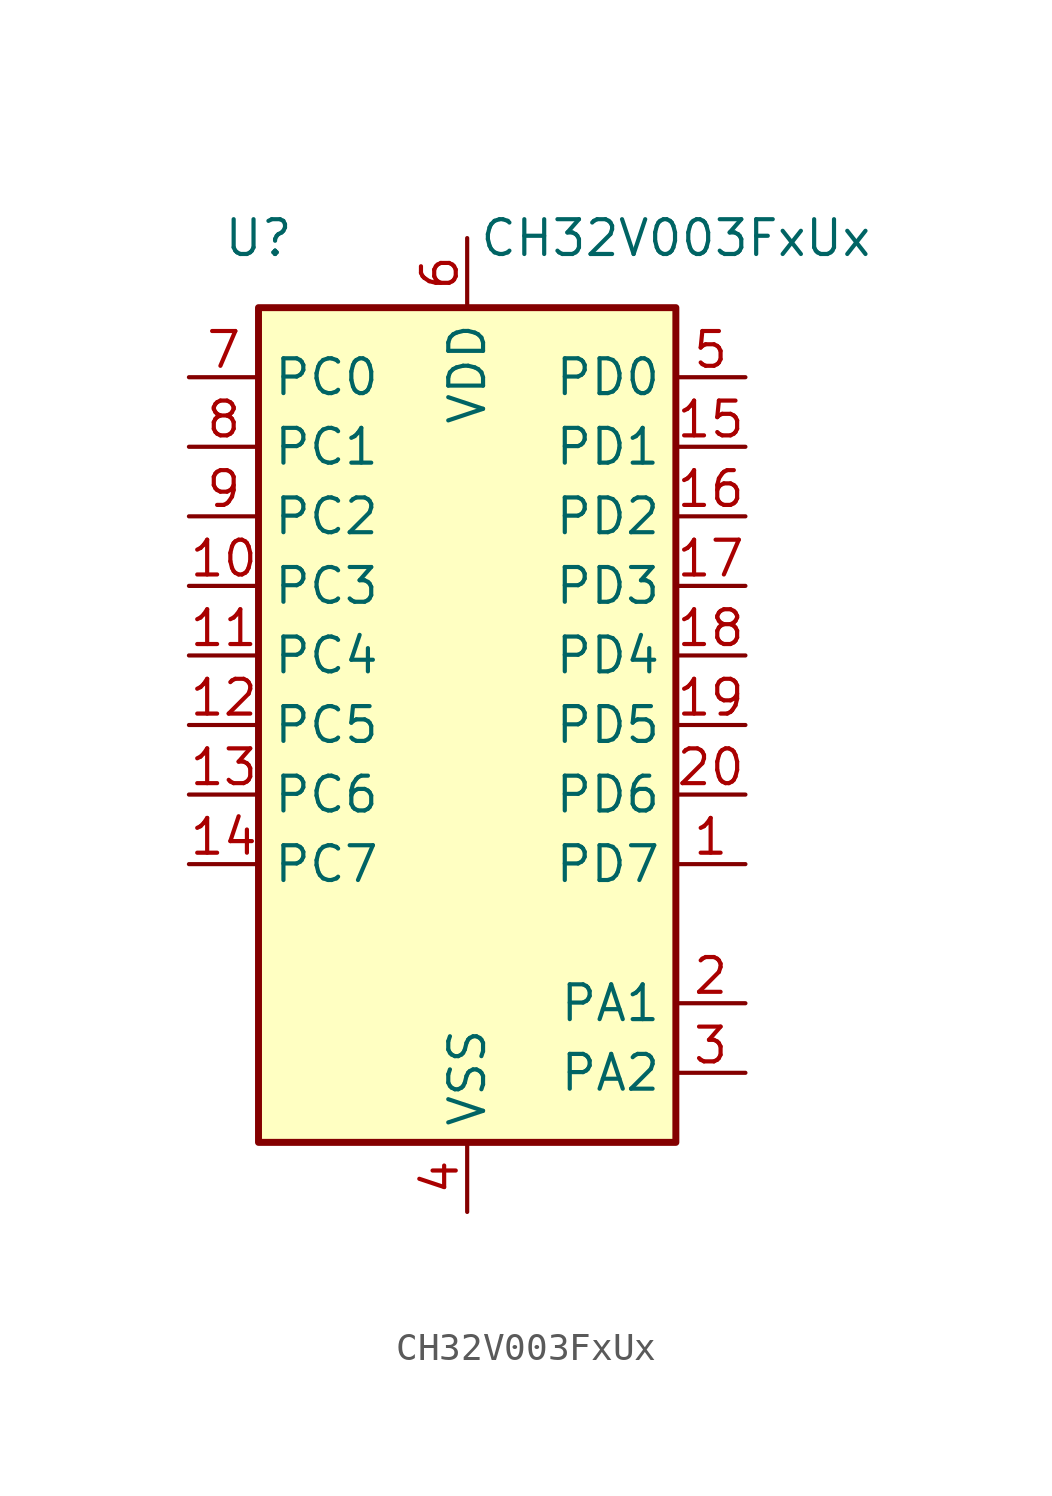
<source format=kicad_sym>
(kicad_symbol_lib
  (version 20231120)
  (generator "kicad_symbol_editor")
  (generator_version "8.0")
  (symbol "CH32V003FxUx"
    (property "Reference" "U"
      (at -7.62 17.78 0)
      (effects (font (size 1.27 1.27))))
    (property "Value" "CH32V003FxUx"
      (at 7.62 17.78 0)
      (effects (font (size 1.27 1.27))))
    (symbol "CH32V003FxUx_1_1"
      (rectangle (start -7.62 15.24) (end 7.62 -15.24) (stroke (width 0.254) (type default)) (fill (type background)))
      (pin bidirectional line (at 10.16 -5.08 180) (length 2.54) (name "PD7" (effects (font (size 1.27 1.27)))) (number "1" (effects (font (size 1.27 1.27)))) (alternate "NRST" bidirectional line) (alternate "OPP1" bidirectional line) (alternate "T2CH4" bidirectional line) (alternate "T2CH4_2" bidirectional line) (alternate "UCK_1" bidirectional line) (alternate "UCK_2" bidirectional line))
      (pin bidirectional line (at -10.16 5.08 0) (length 2.54) (name "PC3" (effects (font (size 1.27 1.27)))) (number "10" (effects (font (size 1.27 1.27)))) (alternate "T1CH1N_1" bidirectional line) (alternate "T1CH1N_3" bidirectional line) (alternate "T1CH3" bidirectional line) (alternate "T1CH3_2" bidirectional line) (alternate "UCTS_1" bidirectional line))
      (pin bidirectional line (at -10.16 2.54 0) (length 2.54) (name "PC4" (effects (font (size 1.27 1.27)))) (number "11" (effects (font (size 1.27 1.27)))) (alternate "A2" bidirectional line) (alternate "MCO" bidirectional line) (alternate "T1CH1_3" bidirectional line) (alternate "T1CH2N_1" bidirectional line) (alternate "T1CH4" bidirectional line) (alternate "T1CH4_2" bidirectional line))
      (pin bidirectional line (at -10.16 0 0) (length 2.54) (name "PC5" (effects (font (size 1.27 1.27)))) (number "12" (effects (font (size 1.27 1.27)))) (alternate "SCK" bidirectional line) (alternate "SCK_1" bidirectional line) (alternate "SCL_2" bidirectional line) (alternate "SCL_3" bidirectional line) (alternate "T1CH3_3" bidirectional line) (alternate "T1ETR" bidirectional line) (alternate "T1ETR_1" bidirectional line) (alternate "T2CH1ETR_1" bidirectional line) (alternate "UCK_3" bidirectional line))
      (pin bidirectional line (at -10.16 -2.54 0) (length 2.54) (name "PC6" (effects (font (size 1.27 1.27)))) (number "13" (effects (font (size 1.27 1.27)))) (alternate "MOSI" bidirectional line) (alternate "MOSI_1" bidirectional line) (alternate "SDA_2" bidirectional line) (alternate "SDA_3" bidirectional line) (alternate "T1CH1_1" bidirectional line) (alternate "T1CH3N_3" bidirectional line) (alternate "UCTS_2" bidirectional line) (alternate "UCTS_3" bidirectional line))
      (pin bidirectional line (at -10.16 -5.08 0) (length 2.54) (name "PC7" (effects (font (size 1.27 1.27)))) (number "14" (effects (font (size 1.27 1.27)))) (alternate "MISO" bidirectional line) (alternate "MISO_1" bidirectional line) (alternate "T1CH2_1" bidirectional line) (alternate "T1CH2_3" bidirectional line) (alternate "T2CH2_3" bidirectional line) (alternate "URTS_2" bidirectional line) (alternate "URTS_3" bidirectional line))
      (pin bidirectional line (at 10.16 10.16 180) (length 2.54) (name "PD1" (effects (font (size 1.27 1.27)))) (number "15" (effects (font (size 1.27 1.27)))) (alternate "AETR2" bidirectional line) (alternate "SCL_1" bidirectional line) (alternate "SWIO" bidirectional line) (alternate "T1CH3N" bidirectional line) (alternate "T1CH3N_1" bidirectional line) (alternate "T1CH3N_2" bidirectional line) (alternate "URX_1" bidirectional line))
      (pin bidirectional line (at 10.16 7.62 180) (length 2.54) (name "PD2" (effects (font (size 1.27 1.27)))) (number "16" (effects (font (size 1.27 1.27)))) (alternate "A3" bidirectional line) (alternate "T1CH1" bidirectional line) (alternate "T1CH1_2" bidirectional line) (alternate "T1CH2N_3" bidirectional line) (alternate "T2CH3_1" bidirectional line))
      (pin bidirectional line (at 10.16 5.08 180) (length 2.54) (name "PD3" (effects (font (size 1.27 1.27)))) (number "17" (effects (font (size 1.27 1.27)))) (alternate "A4" bidirectional line) (alternate "AETR" bidirectional line) (alternate "T1CH4_1" bidirectional line) (alternate "T2CH2" bidirectional line) (alternate "T2CH2_2" bidirectional line) (alternate "UCTS" bidirectional line))
      (pin bidirectional line (at 10.16 2.54 180) (length 2.54) (name "PD4" (effects (font (size 1.27 1.27)))) (number "18" (effects (font (size 1.27 1.27)))) (alternate "A7" bidirectional line) (alternate "OPO" bidirectional line) (alternate "T1CH4_3" bidirectional line) (alternate "T2CH1ETR" bidirectional line) (alternate "TIETR_2" bidirectional line) (alternate "UCK" bidirectional line))
      (pin bidirectional line (at 10.16 0 180) (length 2.54) (name "PD5" (effects (font (size 1.27 1.27)))) (number "19" (effects (font (size 1.27 1.27)))) (alternate "A5" bidirectional line) (alternate "T2CH4_3" bidirectional line) (alternate "URX_2" bidirectional line) (alternate "UTX" bidirectional line))
      (pin bidirectional line (at 10.16 -10.16 180) (length 2.54) (name "PA1" (effects (font (size 1.27 1.27)))) (number "2" (effects (font (size 1.27 1.27)))) (alternate "A1" bidirectional line) (alternate "OPN0" bidirectional line) (alternate "OSCI" bidirectional line) (alternate "T1CH2" bidirectional line) (alternate "T1CH2_2" bidirectional line))
      (pin bidirectional line (at 10.16 -2.54 180) (length 2.54) (name "PD6" (effects (font (size 1.27 1.27)))) (number "20" (effects (font (size 1.27 1.27)))) (alternate "A6" bidirectional line) (alternate "T2CH3_3" bidirectional line) (alternate "URX" bidirectional line) (alternate "UTX_2" bidirectional line))
      (pin power_in line (at 0 -17.78 90) (length 2.54) hide (name "VSS" (effects (font (size 1.27 1.27)))) (number "21" (effects (font (size 1.27 1.27)))))
      (pin bidirectional line (at 10.16 -12.7 180) (length 2.54) (name "PA2" (effects (font (size 1.27 1.27)))) (number "3" (effects (font (size 1.27 1.27)))) (alternate "A0" bidirectional line) (alternate "AETR2_1" bidirectional line) (alternate "OPP0" bidirectional line) (alternate "OSCO" bidirectional line) (alternate "TICH2N" bidirectional line) (alternate "TICH2N_2" bidirectional line))
      (pin power_in line (at 0 -17.78 90) (length 2.54) (name "VSS" (effects (font (size 1.27 1.27)))) (number "4" (effects (font (size 1.27 1.27)))))
      (pin bidirectional line (at 10.16 12.7 180) (length 2.54) (name "PD0" (effects (font (size 1.27 1.27)))) (number "5" (effects (font (size 1.27 1.27)))) (alternate "OPN1" bidirectional line) (alternate "SDA_1" bidirectional line) (alternate "TICH1N" bidirectional line) (alternate "TICH1N_2" bidirectional line) (alternate "UTX_1" bidirectional line))
      (pin power_in line (at 0 17.78 270) (length 2.54) (name "VDD" (effects (font (size 1.27 1.27)))) (number "6" (effects (font (size 1.27 1.27)))))
      (pin bidirectional line (at -10.16 12.7 0) (length 2.54) (name "PC0" (effects (font (size 1.27 1.27)))) (number "7" (effects (font (size 1.27 1.27)))) (alternate "NSS_1" bidirectional line) (alternate "T1CH3_1" bidirectional line) (alternate "T2CH3" bidirectional line) (alternate "T2CH3_2" bidirectional line) (alternate "UTX_3" bidirectional line))
      (pin bidirectional line (at -10.16 10.16 0) (length 2.54) (name "PC1" (effects (font (size 1.27 1.27)))) (number "8" (effects (font (size 1.27 1.27)))) (alternate "NSS" bidirectional line) (alternate "SDA" bidirectional line) (alternate "T1BKIN_1" bidirectional line) (alternate "T1BKIN_3" bidirectional line) (alternate "T2CH1ETR_2" bidirectional line) (alternate "T2CH1ETR_3" bidirectional line) (alternate "T2CH4_1" bidirectional line) (alternate "URX_3" bidirectional line))
      (pin bidirectional line (at -10.16 7.62 0) (length 2.54) (name "PC2" (effects (font (size 1.27 1.27)))) (number "9" (effects (font (size 1.27 1.27)))) (alternate "AETR_1" bidirectional line) (alternate "SCL" bidirectional line) (alternate "T1BKIN" bidirectional line) (alternate "T1BKIN_2" bidirectional line) (alternate "T1ETR_3" bidirectional line) (alternate "T2CH2_1" bidirectional line) (alternate "URTS" bidirectional line) (alternate "URTS_1" bidirectional line)))))
</source>
